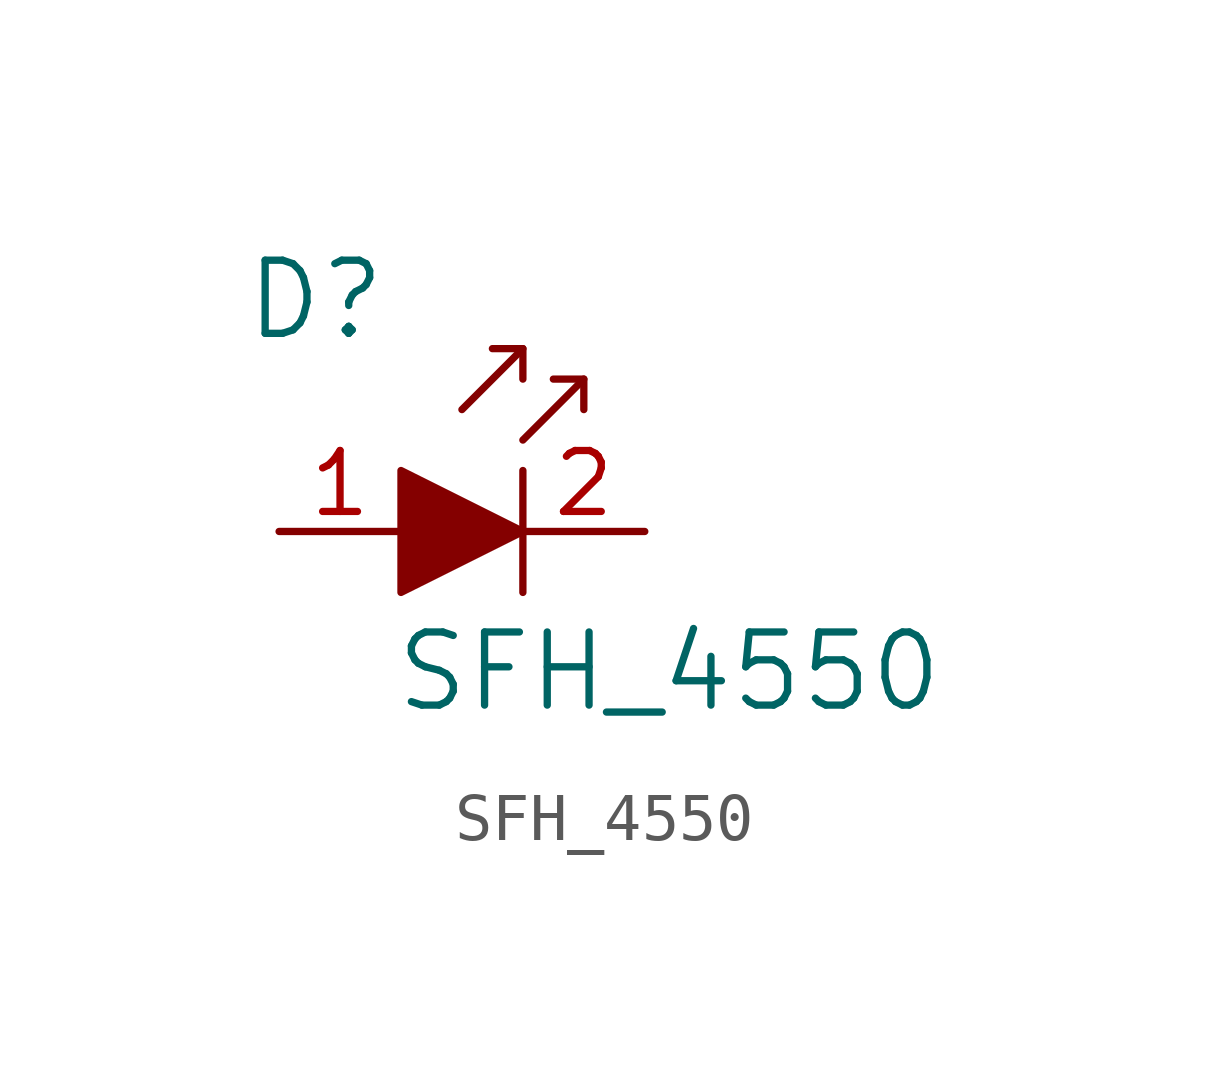
<source format=kicad_sym>
(kicad_symbol_lib
  (version 20220914)
  (generator kicad_symbol_editor)
  (symbol "SFH_4550"
    (pin_names
      (offset 0))
    (property "Reference" "D"
      (at -1.778 4.826 0)
      (effects (font (size 1.524 1.524))))
    (property "Value" "SFH_4550"
      (at 5.588 -2.921 0)
      (effects (font (size 1.524 1.524))))
    (symbol "SFH_4550_0_1"
      (polyline (pts (xy 2.54 1.27) (xy 2.54 -1.27)) (stroke (width 0) (type solid)) (fill (type none)))
      (polyline (pts (xy 2.54 3.81) (xy 1.27 2.54)) (stroke (width 0) (type solid)) (fill (type none)))
      (polyline (pts (xy 3.81 3.175) (xy 2.54 1.905)) (stroke (width 0) (type solid)) (fill (type none)))
      (polyline (pts (xy 1.905 3.81) (xy 2.54 3.81) (xy 2.54 3.175)) (stroke (width 0) (type solid)) (fill (type none)))
      (polyline (pts (xy 3.175 3.175) (xy 3.81 3.175) (xy 3.81 2.54)) (stroke (width 0) (type solid)) (fill (type none)))
      (polyline (pts (xy 0 1.27) (xy 0 -1.27) (xy 2.54 0) (xy 0 1.27)) (stroke (width 0) (type solid)) (fill (type outline))))
    (symbol "SFH_4550_1_1"
      (pin passive line (at -2.54 0 0) (length 2.54) (name "~" (effects (font (size 1.27 1.27)))) (number "1" (effects (font (size 1.27 1.27)))))
      (pin passive line (at 5.08 0 180) (length 2.54) (name "~" (effects (font (size 1.27 1.27)))) (number "2" (effects (font (size 1.27 1.27))))))))
</source>
